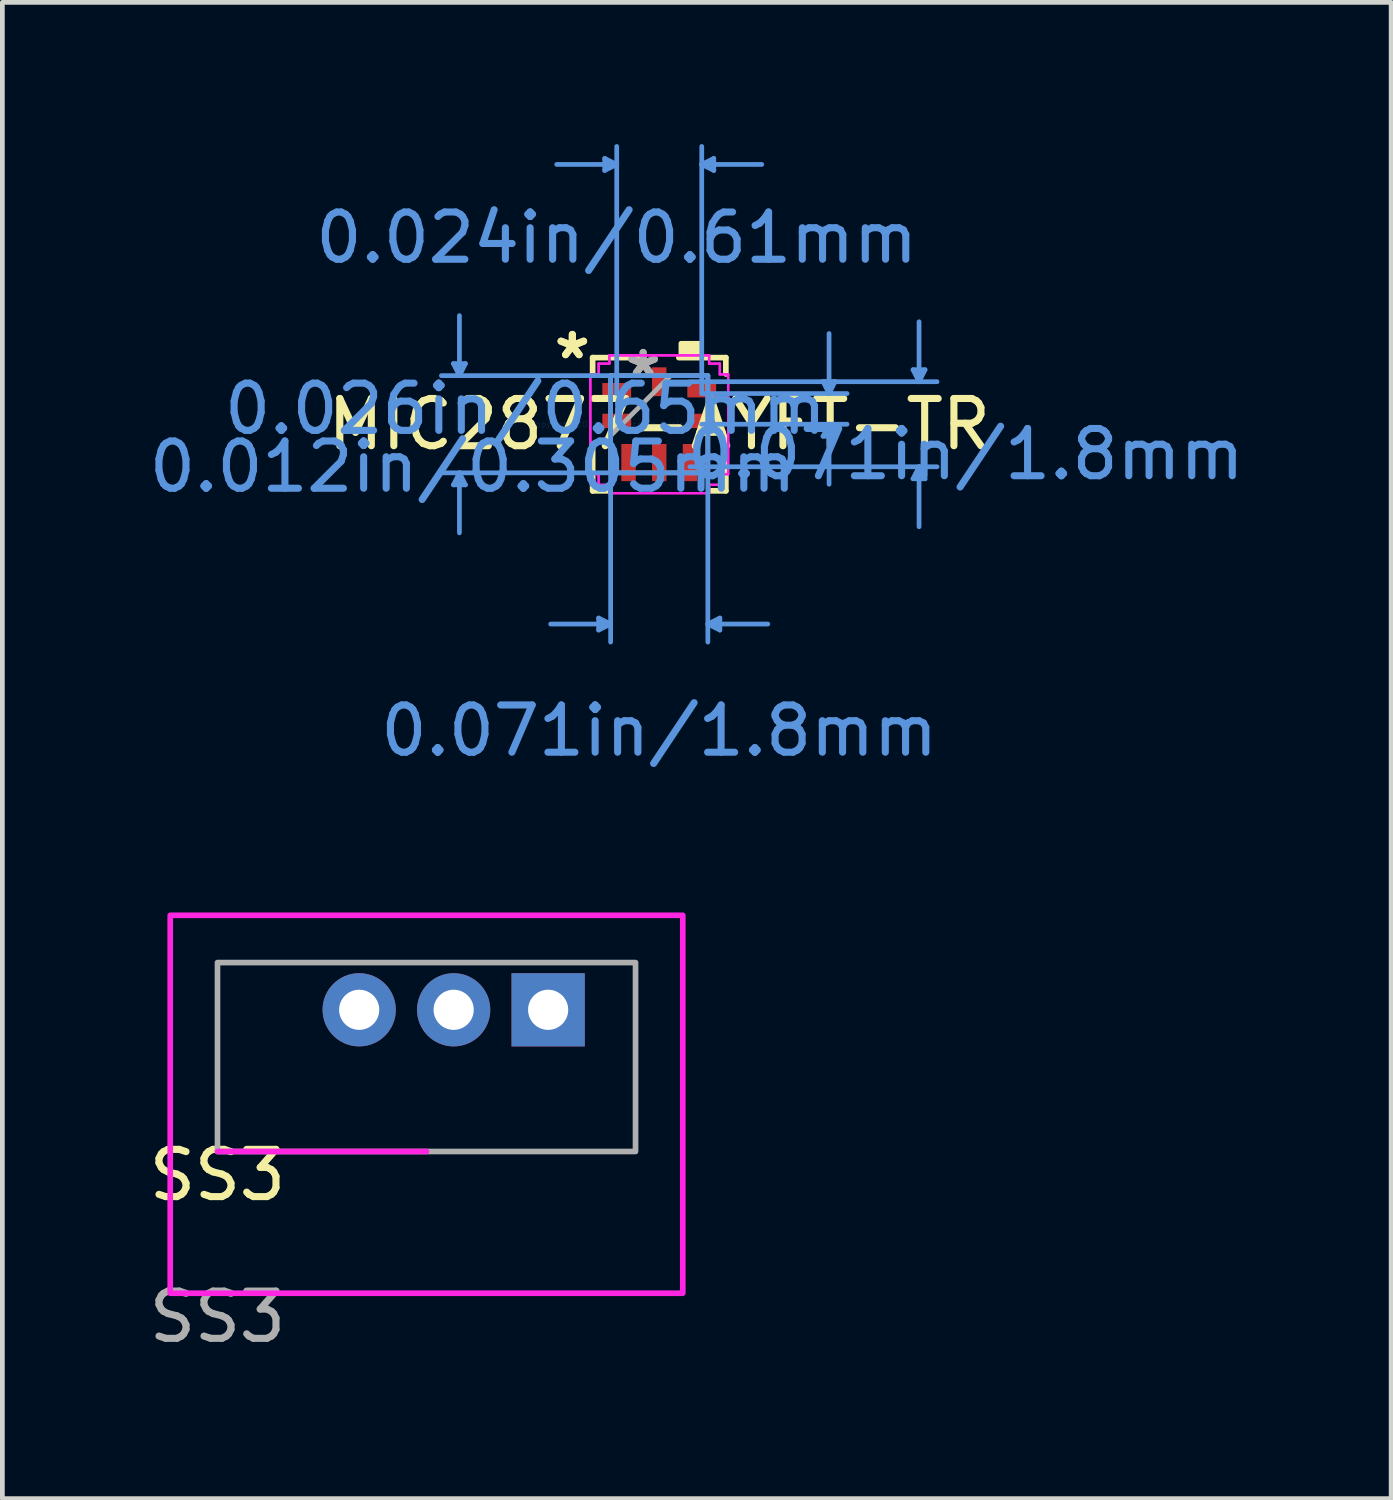
<source format=kicad_pcb>
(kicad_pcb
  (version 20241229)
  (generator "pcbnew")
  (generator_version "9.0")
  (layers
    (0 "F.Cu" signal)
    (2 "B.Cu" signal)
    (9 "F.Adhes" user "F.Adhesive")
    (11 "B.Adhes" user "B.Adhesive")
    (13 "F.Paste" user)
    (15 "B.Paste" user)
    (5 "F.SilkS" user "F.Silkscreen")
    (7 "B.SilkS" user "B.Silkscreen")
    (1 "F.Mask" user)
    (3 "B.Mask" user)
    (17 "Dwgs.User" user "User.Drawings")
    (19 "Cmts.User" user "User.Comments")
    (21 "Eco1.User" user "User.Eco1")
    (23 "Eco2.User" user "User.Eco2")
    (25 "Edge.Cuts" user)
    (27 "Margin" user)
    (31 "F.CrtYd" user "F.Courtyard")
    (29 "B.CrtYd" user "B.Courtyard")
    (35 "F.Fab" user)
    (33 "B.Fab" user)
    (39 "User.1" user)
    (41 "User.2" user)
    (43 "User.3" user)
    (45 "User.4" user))
  (footprint "MIC2877-AYFT-TR"
    (layer "F.Cu")
    (at 10.906 5.931)
    (property "Reference" "MIC2877-AYFT-TR" (at 0 0 0) (layer "F.SilkS") (effects (font (size 1 1) (thickness 0.15))))
    (attr through_hole)
    (fp_line (start -1.41 -1.41) (end -1.41 -1.065) (stroke (width 0.12) (type solid)) (layer "F.SilkS"))
    (fp_line (start -1.41 0.415) (end -1.41 1.41) (stroke (width 0.12) (type solid)) (layer "F.SilkS"))
    (fp_line (start -1.41 1.41) (end -1.065 1.41) (stroke (width 0.12) (type solid)) (layer "F.SilkS"))
    (fp_line (start -0.415 -1.41) (end -1.41 -1.41) (stroke (width 0.12) (type solid)) (layer "F.SilkS"))
    (fp_line (start 1.065 1.41) (end 1.41 1.41) (stroke (width 0.12) (type solid)) (layer "F.SilkS"))
    (fp_line (start 1.41 -1.41) (end 0.415 -1.41) (stroke (width 0.12) (type solid)) (layer "F.SilkS"))
    (fp_line (start 1.41 -1.065) (end 1.41 -1.41) (stroke (width 0.12) (type solid)) (layer "F.SilkS"))
    (fp_line (start 1.41 1.41) (end 1.41 0.415) (stroke (width 0.12) (type solid)) (layer "F.SilkS"))
    (fp_poly (pts (xy 0.459 -1.459) (xy 0.459 -1.713) (xy 0.84 -1.713) (xy 0.84 -1.459)) (stroke (width 0.1) (type solid)) (fill yes) (layer "F.SilkS"))
    (fp_line (start -4.357 -1.283) (end -4.103 -1.283) (stroke (width 0.1) (type solid)) (layer "Cmts.User"))
    (fp_line (start -4.357 1.283) (end -4.103 1.283) (stroke (width 0.1) (type solid)) (layer "Cmts.User"))
    (fp_line (start -4.23 -1.029) (end -4.357 -1.283) (stroke (width 0.1) (type solid)) (layer "Cmts.User"))
    (fp_line (start -4.23 -1.029) (end -4.23 -2.299) (stroke (width 0.1) (type solid)) (layer "Cmts.User"))
    (fp_line (start -4.23 -1.029) (end -4.103 -1.283) (stroke (width 0.1) (type solid)) (layer "Cmts.User"))
    (fp_line (start -4.23 1.029) (end -4.357 1.283) (stroke (width 0.1) (type solid)) (layer "Cmts.User"))
    (fp_line (start -4.23 1.029) (end -4.23 2.299) (stroke (width 0.1) (type solid)) (layer "Cmts.User"))
    (fp_line (start -4.23 1.029) (end -4.103 1.283) (stroke (width 0.1) (type solid)) (layer "Cmts.User"))
    (fp_line (start -1.283 4.103) (end -1.283 4.357) (stroke (width 0.1) (type solid)) (layer "Cmts.User"))
    (fp_line (start -1.154 -5.627) (end -1.154 -5.373) (stroke (width 0.1) (type solid)) (layer "Cmts.User"))
    (fp_line (start -1.029 -1.029) (end -1.029 4.611) (stroke (width 0.1) (type solid)) (layer "Cmts.User"))
    (fp_line (start -1.029 4.23) (end -2.299 4.23) (stroke (width 0.1) (type solid)) (layer "Cmts.User"))
    (fp_line (start -1.029 4.23) (end -1.283 4.103) (stroke (width 0.1) (type solid)) (layer "Cmts.User"))
    (fp_line (start -1.029 4.23) (end -1.283 4.357) (stroke (width 0.1) (type solid)) (layer "Cmts.User"))
    (fp_line (start -0.9 -5.5) (end -2.17 -5.5) (stroke (width 0.1) (type solid)) (layer "Cmts.User"))
    (fp_line (start -0.9 -5.5) (end -1.154 -5.627) (stroke (width 0.1) (type solid)) (layer "Cmts.User"))
    (fp_line (start -0.9 -5.5) (end -1.154 -5.373) (stroke (width 0.1) (type solid)) (layer "Cmts.User"))
    (fp_line (start -0.9 -0.65) (end -0.9 -5.881) (stroke (width 0.1) (type solid)) (layer "Cmts.User"))
    (fp_line (start 0.65 -0.9) (end 5.881 -0.9) (stroke (width 0.1) (type solid)) (layer "Cmts.User"))
    (fp_line (start 0.65 0.9) (end 5.881 0.9) (stroke (width 0.1) (type solid)) (layer "Cmts.User"))
    (fp_line (start 0.9 -5.5) (end 1.154 -5.627) (stroke (width 0.1) (type solid)) (layer "Cmts.User"))
    (fp_line (start 0.9 -5.5) (end 1.154 -5.373) (stroke (width 0.1) (type solid)) (layer "Cmts.User"))
    (fp_line (start 0.9 -5.5) (end 2.17 -5.5) (stroke (width 0.1) (type solid)) (layer "Cmts.User"))
    (fp_line (start 0.9 -0.65) (end 0.9 -5.881) (stroke (width 0.1) (type solid)) (layer "Cmts.User"))
    (fp_line (start 0.9 -0.65) (end 3.976 -0.65) (stroke (width 0.1) (type solid)) (layer "Cmts.User"))
    (fp_line (start 0.9 0) (end 3.976 0) (stroke (width 0.1) (type solid)) (layer "Cmts.User"))
    (fp_line (start 1.029 -1.029) (end -4.611 -1.029) (stroke (width 0.1) (type solid)) (layer "Cmts.User"))
    (fp_line (start 1.029 -1.029) (end 1.029 4.611) (stroke (width 0.1) (type solid)) (layer "Cmts.User"))
    (fp_line (start 1.029 1.029) (end -4.611 1.029) (stroke (width 0.1) (type solid)) (layer "Cmts.User"))
    (fp_line (start 1.029 4.23) (end 1.283 4.103) (stroke (width 0.1) (type solid)) (layer "Cmts.User"))
    (fp_line (start 1.029 4.23) (end 1.283 4.357) (stroke (width 0.1) (type solid)) (layer "Cmts.User"))
    (fp_line (start 1.029 4.23) (end 2.299 4.23) (stroke (width 0.1) (type solid)) (layer "Cmts.User"))
    (fp_line (start 1.154 -5.627) (end 1.154 -5.373) (stroke (width 0.1) (type solid)) (layer "Cmts.User"))
    (fp_line (start 1.283 4.103) (end 1.283 4.357) (stroke (width 0.1) (type solid)) (layer "Cmts.User"))
    (fp_line (start 3.468 -0.904) (end 3.722 -0.904) (stroke (width 0.1) (type solid)) (layer "Cmts.User"))
    (fp_line (start 3.468 0.254) (end 3.722 0.254) (stroke (width 0.1) (type solid)) (layer "Cmts.User"))
    (fp_line (start 3.595 -0.65) (end 3.468 -0.904) (stroke (width 0.1) (type solid)) (layer "Cmts.User"))
    (fp_line (start 3.595 -0.65) (end 3.595 -1.92) (stroke (width 0.1) (type solid)) (layer "Cmts.User"))
    (fp_line (start 3.595 -0.65) (end 3.722 -0.904) (stroke (width 0.1) (type solid)) (layer "Cmts.User"))
    (fp_line (start 3.595 0) (end 3.468 0.254) (stroke (width 0.1) (type solid)) (layer "Cmts.User"))
    (fp_line (start 3.595 0) (end 3.595 1.27) (stroke (width 0.1) (type solid)) (layer "Cmts.User"))
    (fp_line (start 3.595 0) (end 3.722 0.254) (stroke (width 0.1) (type solid)) (layer "Cmts.User"))
    (fp_line (start 5.373 -1.154) (end 5.627 -1.154) (stroke (width 0.1) (type solid)) (layer "Cmts.User"))
    (fp_line (start 5.373 1.154) (end 5.627 1.154) (stroke (width 0.1) (type solid)) (layer "Cmts.User"))
    (fp_line (start 5.5 -0.9) (end 5.373 -1.154) (stroke (width 0.1) (type solid)) (layer "Cmts.User"))
    (fp_line (start 5.5 -0.9) (end 5.5 -2.17) (stroke (width 0.1) (type solid)) (layer "Cmts.User"))
    (fp_line (start 5.5 -0.9) (end 5.627 -1.154) (stroke (width 0.1) (type solid)) (layer "Cmts.User"))
    (fp_line (start 5.5 0.9) (end 5.373 1.154) (stroke (width 0.1) (type solid)) (layer "Cmts.User"))
    (fp_line (start 5.5 0.9) (end 5.5 2.17) (stroke (width 0.1) (type solid)) (layer "Cmts.User"))
    (fp_line (start 5.5 0.9) (end 5.627 1.154) (stroke (width 0.1) (type solid)) (layer "Cmts.User"))
    (fp_line (start -1.459 -1.056) (end -1.283 -1.056) (stroke (width 0.05) (type solid)) (layer "F.CrtYd"))
    (fp_line (start -1.459 -1.056) (end -1.283 -1.056) (stroke (width 0.05) (type solid)) (layer "F.CrtYd"))
    (fp_line (start -1.459 1.056) (end -1.459 -1.056) (stroke (width 0.05) (type solid)) (layer "F.CrtYd"))
    (fp_line (start -1.459 1.056) (end -1.459 -1.056) (stroke (width 0.05) (type solid)) (layer "F.CrtYd"))
    (fp_line (start -1.283 -1.283) (end -1.056 -1.283) (stroke (width 0.05) (type solid)) (layer "F.CrtYd"))
    (fp_line (start -1.283 -1.283) (end -1.056 -1.283) (stroke (width 0.05) (type solid)) (layer "F.CrtYd"))
    (fp_line (start -1.283 -1.056) (end -1.283 -1.283) (stroke (width 0.05) (type solid)) (layer "F.CrtYd"))
    (fp_line (start -1.283 -1.056) (end -1.283 -1.283) (stroke (width 0.05) (type solid)) (layer "F.CrtYd"))
    (fp_line (start -1.283 1.056) (end -1.459 1.056) (stroke (width 0.05) (type solid)) (layer "F.CrtYd"))
    (fp_line (start -1.283 1.056) (end -1.459 1.056) (stroke (width 0.05) (type solid)) (layer "F.CrtYd"))
    (fp_line (start -1.283 1.283) (end -1.283 1.056) (stroke (width 0.05) (type solid)) (layer "F.CrtYd"))
    (fp_line (start -1.283 1.283) (end -1.283 1.056) (stroke (width 0.05) (type solid)) (layer "F.CrtYd"))
    (fp_line (start -1.056 -1.459) (end 1.056 -1.459) (stroke (width 0.05) (type solid)) (layer "F.CrtYd"))
    (fp_line (start -1.056 -1.459) (end 1.056 -1.459) (stroke (width 0.05) (type solid)) (layer "F.CrtYd"))
    (fp_line (start -1.056 -1.283) (end -1.056 -1.459) (stroke (width 0.05) (type solid)) (layer "F.CrtYd"))
    (fp_line (start -1.056 -1.283) (end -1.056 -1.459) (stroke (width 0.05) (type solid)) (layer "F.CrtYd"))
    (fp_line (start -1.056 1.283) (end -1.283 1.283) (stroke (width 0.05) (type solid)) (layer "F.CrtYd"))
    (fp_line (start -1.056 1.283) (end -1.283 1.283) (stroke (width 0.05) (type solid)) (layer "F.CrtYd"))
    (fp_line (start -1.056 1.459) (end -1.056 1.283) (stroke (width 0.05) (type solid)) (layer "F.CrtYd"))
    (fp_line (start -1.056 1.459) (end -1.056 1.283) (stroke (width 0.05) (type solid)) (layer "F.CrtYd"))
    (fp_line (start 1.056 -1.459) (end 1.056 -1.283) (stroke (width 0.05) (type solid)) (layer "F.CrtYd"))
    (fp_line (start 1.056 -1.459) (end 1.056 -1.283) (stroke (width 0.05) (type solid)) (layer "F.CrtYd"))
    (fp_line (start 1.056 -1.283) (end 1.283 -1.283) (stroke (width 0.05) (type solid)) (layer "F.CrtYd"))
    (fp_line (start 1.056 -1.283) (end 1.283 -1.283) (stroke (width 0.05) (type solid)) (layer "F.CrtYd"))
    (fp_line (start 1.056 1.283) (end 1.056 1.459) (stroke (width 0.05) (type solid)) (layer "F.CrtYd"))
    (fp_line (start 1.056 1.283) (end 1.056 1.459) (stroke (width 0.05) (type solid)) (layer "F.CrtYd"))
    (fp_line (start 1.056 1.459) (end -1.056 1.459) (stroke (width 0.05) (type solid)) (layer "F.CrtYd"))
    (fp_line (start 1.056 1.459) (end -1.056 1.459) (stroke (width 0.05) (type solid)) (layer "F.CrtYd"))
    (fp_line (start 1.283 -1.283) (end 1.283 -1.056) (stroke (width 0.05) (type solid)) (layer "F.CrtYd"))
    (fp_line (start 1.283 -1.283) (end 1.283 -1.056) (stroke (width 0.05) (type solid)) (layer "F.CrtYd"))
    (fp_line (start 1.283 -1.056) (end 1.459 -1.056) (stroke (width 0.05) (type solid)) (layer "F.CrtYd"))
    (fp_line (start 1.283 -1.056) (end 1.459 -1.056) (stroke (width 0.05) (type solid)) (layer "F.CrtYd"))
    (fp_line (start 1.283 1.056) (end 1.283 1.283) (stroke (width 0.05) (type solid)) (layer "F.CrtYd"))
    (fp_line (start 1.283 1.056) (end 1.283 1.283) (stroke (width 0.05) (type solid)) (layer "F.CrtYd"))
    (fp_line (start 1.283 1.283) (end 1.056 1.283) (stroke (width 0.05) (type solid)) (layer "F.CrtYd"))
    (fp_line (start 1.283 1.283) (end 1.056 1.283) (stroke (width 0.05) (type solid)) (layer "F.CrtYd"))
    (fp_line (start 1.459 -1.056) (end 1.459 1.056) (stroke (width 0.05) (type solid)) (layer "F.CrtYd"))
    (fp_line (start 1.459 -1.056) (end 1.459 1.056) (stroke (width 0.05) (type solid)) (layer "F.CrtYd"))
    (fp_line (start 1.459 1.056) (end 1.283 1.056) (stroke (width 0.05) (type solid)) (layer "F.CrtYd"))
    (fp_line (start 1.459 1.056) (end 1.283 1.056) (stroke (width 0.05) (type solid)) (layer "F.CrtYd"))
    (fp_line (start -1.029 -1.029) (end -1.029 1.029) (stroke (width 0.1) (type solid)) (layer "F.Fab"))
    (fp_line (start -1.029 0.241) (end 0.241 -1.029) (stroke (width 0.1) (type solid)) (layer "F.Fab"))
    (fp_line (start -1.029 1.029) (end 1.029 1.029) (stroke (width 0.1) (type solid)) (layer "F.Fab"))
    (fp_line (start 1.029 -1.029) (end -1.029 -1.029) (stroke (width 0.1) (type solid)) (layer "F.Fab"))
    (fp_line (start 1.029 1.029) (end 1.029 -1.029) (stroke (width 0.1) (type solid)) (layer "F.Fab"))
    (fp_text user "*" (at -1.84 -1.356 0) (layer "F.SilkS") (effects (font (size 1 1) (thickness 0.15))))
    (fp_text user "*" (at -1.84 -1.356 0) (layer "F.SilkS") (effects (font (size 1 1) (thickness 0.15))))
    (fp_text user "Copyright 2021 Accelerated Designs. All rights reserved." (at 0 0 0) (layer "Cmts.User") (effects (font (size 0.127 0.127) (thickness 0.002))))
    (fp_text user "0.012in/0.305mm" (at -3.948 0.9 0) (layer "Cmts.User") (effects (font (size 1 1) (thickness 0.15))))
    (fp_text user "0.024in/0.61mm" (at -0.9 -3.948 0) (layer "Cmts.User") (effects (font (size 1 1) (thickness 0.15))))
    (fp_text user "0.071in/1.8mm" (at 6.488 0.635 0) (layer "Cmts.User") (effects (font (size 1 1) (thickness 0.15))))
    (fp_text user "0.026in/0.65mm" (at -2.833 -0.325 0) (layer "Cmts.User") (effects (font (size 1 1) (thickness 0.15))))
    (fp_text user "0.071in/1.8mm" (at 0 6.488 0) (layer "Cmts.User") (effects (font (size 1 1) (thickness 0.15))))
    (fp_text user "*" (at -0.341 -0.975 0) (layer "F.Fab") (effects (font (size 1 1) (thickness 0.15))))
    (fp_text user "*" (at -0.341 -0.975 0) (layer "F.Fab") (effects (font (size 1 1) (thickness 0.15))))
    (pad "1" smd rect (at -0.9 -0.72 90) (size 0.305 0.61) (layers "F.Cu" "F.Mask" "F.Paste"))
    (pad "2" smd rect (at -0.9 -0.07 90) (size 0.305 0.61) (layers "F.Cu" "F.Mask" "F.Paste"))
    (pad "3" smd rect (at -0.65 0.811) (size 0.305 0.787) (layers "F.Cu" "F.Mask" "F.Paste"))
    (pad "4" smd rect (at 0 0.811) (size 0.305 0.787) (layers "F.Cu" "F.Mask" "F.Paste"))
    (pad "5" smd rect (at 0.65 0.811) (size 0.305 0.787) (layers "F.Cu" "F.Mask" "F.Paste"))
    (pad "6" smd rect (at 0.9 -0.07 90) (size 0.305 0.61) (layers "F.Cu" "F.Mask" "F.Paste"))
    (pad "7" smd rect (at 0.9 -0.72 90) (size 0.305 0.61) (layers "F.Cu" "F.Mask" "F.Paste"))
    (pad "8" smd rect (at 0 -0.9) (size 0.305 0.61) (layers "F.Cu" "F.Mask" "F.Paste")))
  (footprint "SS3"
    (layer "F.Cu")
    (at 1.554 22.327)
    (property "Reference" "SS3" (at 0 -0.5 0) (unlocked yes) (layer "F.SilkS") (effects (font (size 1 1) (thickness 0.15))))
    (attr through_hole)
    (fp_line (start 0 -1) (end 4.425 -1) (stroke (width 0.12) (type solid)) (layer "F.CrtYd"))
    (fp_rect (start -1 2) (end 9.85 -6) (stroke (width 0.12) (type solid)) (fill no) (layer "F.CrtYd"))
    (fp_rect (start 0 -1) (end 8.85 -5) (stroke (width 0.12) (type solid)) (fill no) (layer "F.Fab"))
    (fp_text user "${REFERENCE}" (at 0 2.5 0) (unlocked yes) (layer "F.Fab") (effects (font (size 1 1) (thickness 0.15))))
    (pad "1" thru_hole rect (at 7 -4) (size 1.55 1.55) (drill 0.85) (layers "*.Cu" "*.Mask"))
    (pad "2" thru_hole circle (at 5 -4) (size 1.55 1.55) (drill 0.85) (layers "*.Cu" "*.Mask"))
    (pad "3" thru_hole circle (at 3 -4) (size 1.55 1.55) (drill 0.85) (layers "*.Cu" "*.Mask")))
  (gr_rect
    (start -3 -3)
    (end 26.4 28.675)
    (stroke (width 0.1) (type default))
    (fill no)
    (layer "Edge.Cuts")))
</source>
